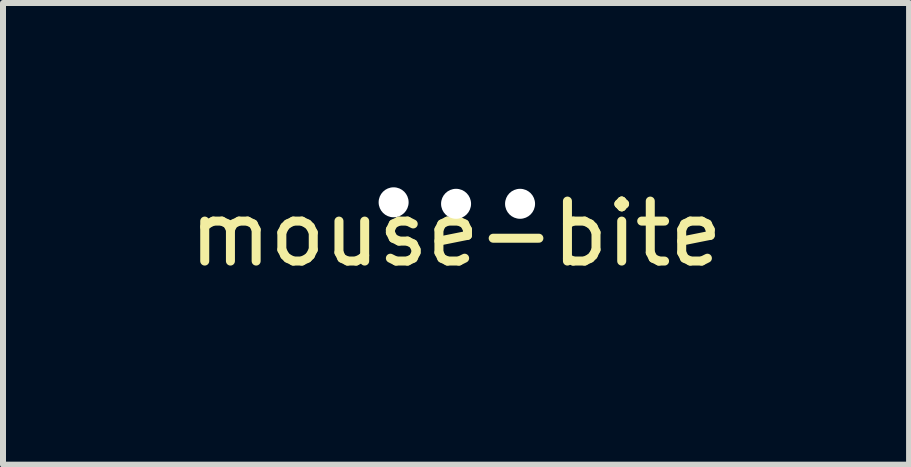
<source format=kicad_pcb>
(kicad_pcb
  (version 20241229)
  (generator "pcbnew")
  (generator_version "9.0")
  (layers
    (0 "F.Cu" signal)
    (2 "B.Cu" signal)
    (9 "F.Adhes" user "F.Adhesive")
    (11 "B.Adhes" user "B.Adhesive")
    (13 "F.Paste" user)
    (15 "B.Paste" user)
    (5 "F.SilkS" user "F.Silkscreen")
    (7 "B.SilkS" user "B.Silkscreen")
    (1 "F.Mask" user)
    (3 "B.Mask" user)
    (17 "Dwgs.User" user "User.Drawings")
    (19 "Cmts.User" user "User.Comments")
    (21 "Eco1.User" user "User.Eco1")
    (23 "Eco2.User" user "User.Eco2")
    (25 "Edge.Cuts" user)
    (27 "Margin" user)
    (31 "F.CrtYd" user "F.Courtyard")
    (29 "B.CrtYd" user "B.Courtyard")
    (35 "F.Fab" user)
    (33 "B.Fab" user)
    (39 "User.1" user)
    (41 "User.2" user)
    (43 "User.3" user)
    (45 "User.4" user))
  (footprint "mouse-bite"
    (layer "F.Cu")
    (at 4.554 0.348)
    (property "Reference" "mouse-bite" (at 0 0.5 0) (layer "F.SilkS") (effects (font (size 1 1) (thickness 0.15))))
    (attr through_hole)
    (pad "" np_thru_hole circle (at -1.041 -0.025) (size 0.5 0.5) (drill 0.5) (layers "*.Cu" "*.Mask"))
    (pad "" np_thru_hole circle (at 0 0) (size 0.5 0.5) (drill 0.5) (layers "*.Cu" "*.Mask"))
    (pad "" np_thru_hole circle (at 1.067 0) (size 0.5 0.5) (drill 0.5) (layers "*.Cu" "*.Mask")))
  (gr_rect
    (start -3 -3)
    (end 12.107 4.697)
    (stroke (width 0.1) (type default))
    (fill no)
    (layer "Edge.Cuts")))
</source>
